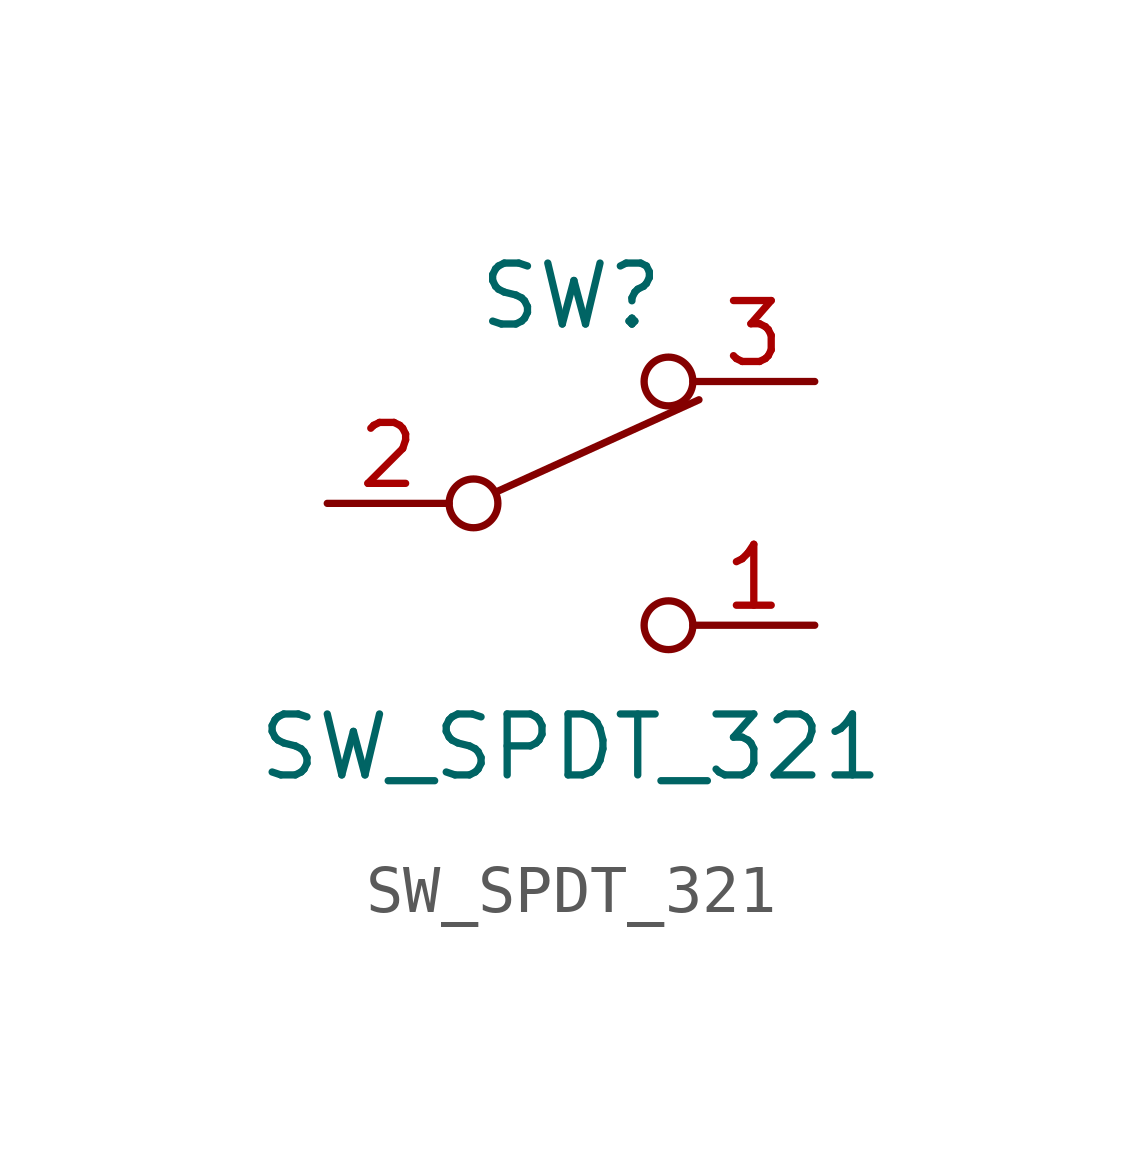
<source format=kicad_sym>
(kicad_symbol_lib
  (version 20220914)
  (generator kicad_symbol_editor)
  (symbol "SW_SPDT_321"
    (pin_names
      (offset 1) hide)
    (property "Reference" "SW"
      (at 0 4.318 0)
      (effects (font (size 1.27 1.27))))
    (property "Value" "SW_SPDT_321"
      (at 0 -5.08 0)
      (effects (font (size 1.27 1.27))))
    (symbol "SW_SPDT_321_0_0"
      (circle (center -2.032 0) (radius 0.508) (stroke (width 0) (type default)) (fill (type none)))
      (circle (center 2.032 -2.54) (radius 0.508) (stroke (width 0) (type default)) (fill (type none))))
    (symbol "SW_SPDT_321_0_1"
      (polyline (pts (xy -1.524 0.254) (xy 2.667 2.159)) (stroke (width 0) (type default)) (fill (type none)))
      (circle (center 2.032 2.54) (radius 0.508) (stroke (width 0) (type default)) (fill (type none))))
    (symbol "SW_SPDT_321_1_1"
      (pin passive line (at 5.08 -2.54 180) (length 2.54) (name "C" (effects (font (size 1.27 1.27)))) (number "1" (effects (font (size 1.27 1.27)))))
      (pin passive line (at -5.08 0 0) (length 2.54) (name "B" (effects (font (size 1.27 1.27)))) (number "2" (effects (font (size 1.27 1.27)))))
      (pin passive line (at 5.08 2.54 180) (length 2.54) (name "A" (effects (font (size 1.27 1.27)))) (number "3" (effects (font (size 1.27 1.27))))))))
</source>
